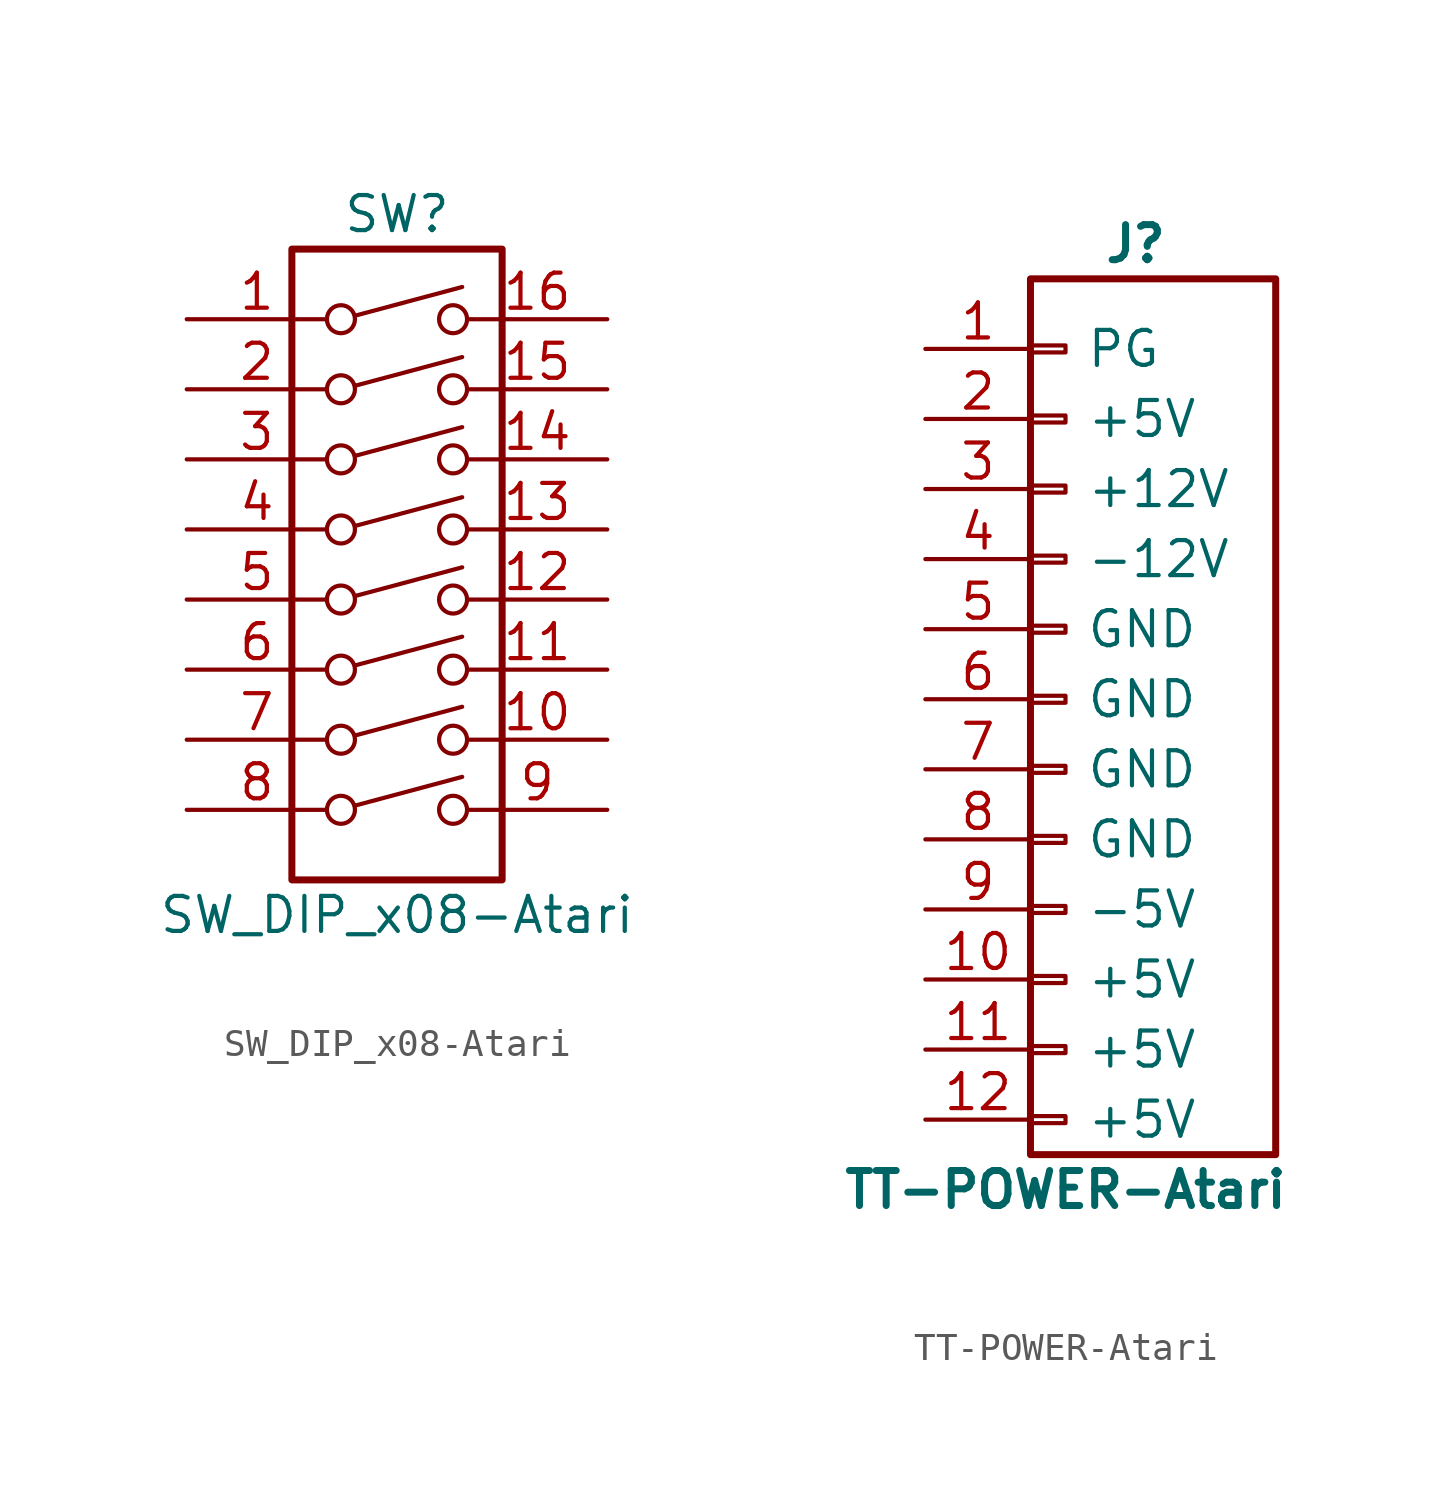
<source format=kicad_sym>
(kicad_symbol_lib
  (version 20231120)
  (generator "kicad_symbol_editor")
  (generator_version "8.0")
  (symbol "SW_DIP_x08-Atari"
    (pin_names
      (offset 0) hide)
    (property "Reference" "SW"
      (at 0 13.97 0)
      (effects (font (size 1.27 1.27))))
    (property "Value" "SW_DIP_x08-Atari"
      (at 0 -11.43 0)
      (effects (font (size 1.27 1.27))))
    (symbol "SW_DIP_x08-Atari_0_0"
      (circle (center -2.032 -7.62) (radius 0.508) (stroke (width 0) (type solid)) (fill (type none)))
      (circle (center -2.032 -5.08) (radius 0.508) (stroke (width 0) (type solid)) (fill (type none)))
      (circle (center -2.032 -2.54) (radius 0.508) (stroke (width 0) (type solid)) (fill (type none)))
      (circle (center -2.032 0) (radius 0.508) (stroke (width 0) (type solid)) (fill (type none)))
      (circle (center -2.032 2.54) (radius 0.508) (stroke (width 0) (type solid)) (fill (type none)))
      (circle (center -2.032 5.08) (radius 0.508) (stroke (width 0) (type solid)) (fill (type none)))
      (circle (center -2.032 7.62) (radius 0.508) (stroke (width 0) (type solid)) (fill (type none)))
      (circle (center -2.032 10.16) (radius 0.508) (stroke (width 0) (type solid)) (fill (type none)))
      (polyline (pts (xy -1.524 -7.468) (xy 2.362 -6.426)) (stroke (width 0) (type solid)) (fill (type none)))
      (polyline (pts (xy -1.524 -4.928) (xy 2.362 -3.886)) (stroke (width 0) (type solid)) (fill (type none)))
      (polyline (pts (xy -1.524 -2.388) (xy 2.362 -1.346)) (stroke (width 0) (type solid)) (fill (type none)))
      (polyline (pts (xy -1.524 0.127) (xy 2.362 1.168)) (stroke (width 0) (type solid)) (fill (type none)))
      (polyline (pts (xy -1.524 2.667) (xy 2.362 3.708)) (stroke (width 0) (type solid)) (fill (type none)))
      (polyline (pts (xy -1.524 5.207) (xy 2.362 6.248)) (stroke (width 0) (type solid)) (fill (type none)))
      (polyline (pts (xy -1.524 7.747) (xy 2.362 8.788)) (stroke (width 0) (type solid)) (fill (type none)))
      (polyline (pts (xy -1.524 10.287) (xy 2.362 11.328)) (stroke (width 0) (type solid)) (fill (type none)))
      (circle (center 2.032 -7.62) (radius 0.508) (stroke (width 0) (type solid)) (fill (type none)))
      (circle (center 2.032 -5.08) (radius 0.508) (stroke (width 0) (type solid)) (fill (type none)))
      (circle (center 2.032 -2.54) (radius 0.508) (stroke (width 0) (type solid)) (fill (type none)))
      (circle (center 2.032 0) (radius 0.508) (stroke (width 0) (type solid)) (fill (type none)))
      (circle (center 2.032 2.54) (radius 0.508) (stroke (width 0) (type solid)) (fill (type none)))
      (circle (center 2.032 5.08) (radius 0.508) (stroke (width 0) (type solid)) (fill (type none)))
      (circle (center 2.032 7.62) (radius 0.508) (stroke (width 0) (type solid)) (fill (type none)))
      (circle (center 2.032 10.16) (radius 0.508) (stroke (width 0) (type solid)) (fill (type none))))
    (symbol "SW_DIP_x08-Atari_0_1"
      (rectangle (start -3.81 12.7) (end 3.81 -10.16) (stroke (width 0.254) (type solid)) (fill (type none))))
    (symbol "SW_DIP_x08-Atari_1_1"
      (pin passive line (at -7.62 10.16 0) (length 5.08) (name "~" (effects (font (size 1.27 1.27)))) (number "1" (effects (font (size 1.27 1.27)))))
      (pin passive line (at 7.62 -5.08 180) (length 5.08) (name "~" (effects (font (size 1.27 1.27)))) (number "10" (effects (font (size 1.27 1.27)))))
      (pin passive line (at 7.62 -2.54 180) (length 5.08) (name "~" (effects (font (size 1.27 1.27)))) (number "11" (effects (font (size 1.27 1.27)))))
      (pin passive line (at 7.62 0 180) (length 5.08) (name "~" (effects (font (size 1.27 1.27)))) (number "12" (effects (font (size 1.27 1.27)))))
      (pin passive line (at 7.62 2.54 180) (length 5.08) (name "~" (effects (font (size 1.27 1.27)))) (number "13" (effects (font (size 1.27 1.27)))))
      (pin passive line (at 7.62 5.08 180) (length 5.08) (name "~" (effects (font (size 1.27 1.27)))) (number "14" (effects (font (size 1.27 1.27)))))
      (pin passive line (at 7.62 7.62 180) (length 5.08) (name "~" (effects (font (size 1.27 1.27)))) (number "15" (effects (font (size 1.27 1.27)))))
      (pin passive line (at 7.62 10.16 180) (length 5.08) (name "~" (effects (font (size 1.27 1.27)))) (number "16" (effects (font (size 1.27 1.27)))))
      (pin passive line (at -7.62 7.62 0) (length 5.08) (name "~" (effects (font (size 1.27 1.27)))) (number "2" (effects (font (size 1.27 1.27)))))
      (pin passive line (at -7.62 5.08 0) (length 5.08) (name "~" (effects (font (size 1.27 1.27)))) (number "3" (effects (font (size 1.27 1.27)))))
      (pin passive line (at -7.62 2.54 0) (length 5.08) (name "~" (effects (font (size 1.27 1.27)))) (number "4" (effects (font (size 1.27 1.27)))))
      (pin passive line (at -7.62 0 0) (length 5.08) (name "~" (effects (font (size 1.27 1.27)))) (number "5" (effects (font (size 1.27 1.27)))))
      (pin passive line (at -7.62 -2.54 0) (length 5.08) (name "~" (effects (font (size 1.27 1.27)))) (number "6" (effects (font (size 1.27 1.27)))))
      (pin passive line (at -7.62 -5.08 0) (length 5.08) (name "~" (effects (font (size 1.27 1.27)))) (number "7" (effects (font (size 1.27 1.27)))))
      (pin passive line (at -7.62 -7.62 0) (length 5.08) (name "~" (effects (font (size 1.27 1.27)))) (number "8" (effects (font (size 1.27 1.27)))))
      (pin passive line (at 7.62 -7.62 180) (length 5.08) (name "~" (effects (font (size 1.27 1.27)))) (number "9" (effects (font (size 1.27 1.27)))))))
  (symbol "TT-POWER-Atari"
    (pin_names
      (offset 2.007))
    (property "Reference" "J"
      (at 2.54 16.51 0)
      (effects (font (size 1.27 1.27) (bold yes))))
    (property "Value" "TT-POWER-Atari"
      (at 0 -17.78 0)
      (effects (font (size 1.27 1.27) (bold yes))))
    (symbol "TT-POWER-Atari_1_1"
      (rectangle (start -1.27 -15.113) (end 0 -15.367) (stroke (width 0.152) (type solid)) (fill (type none)))
      (rectangle (start -1.27 -12.573) (end 0 -12.827) (stroke (width 0.152) (type solid)) (fill (type none)))
      (rectangle (start -1.27 -10.033) (end 0 -10.287) (stroke (width 0.152) (type solid)) (fill (type none)))
      (rectangle (start -1.27 -7.493) (end 0 -7.747) (stroke (width 0.152) (type solid)) (fill (type none)))
      (rectangle (start -1.27 -4.953) (end 0 -5.207) (stroke (width 0.152) (type solid)) (fill (type none)))
      (rectangle (start -1.27 -2.413) (end 0 -2.667) (stroke (width 0.152) (type solid)) (fill (type none)))
      (rectangle (start -1.27 0.127) (end 0 -0.127) (stroke (width 0.152) (type solid)) (fill (type none)))
      (rectangle (start -1.27 2.667) (end 0 2.413) (stroke (width 0.152) (type solid)) (fill (type none)))
      (rectangle (start -1.27 5.207) (end 0 4.953) (stroke (width 0.152) (type solid)) (fill (type none)))
      (rectangle (start -1.27 7.747) (end 0 7.493) (stroke (width 0.152) (type solid)) (fill (type none)))
      (rectangle (start -1.27 10.287) (end 0 10.033) (stroke (width 0.152) (type solid)) (fill (type none)))
      (rectangle (start -1.27 12.827) (end 0 12.573) (stroke (width 0.152) (type solid)) (fill (type none)))
      (rectangle (start -1.27 15.24) (end 7.62 -16.51) (stroke (width 0.254) (type solid)) (fill (type none)))
      (pin passive line (at -5.08 12.7 0) (length 3.81) (name "PG" (effects (font (size 1.27 1.27)))) (number "1" (effects (font (size 1.27 1.27)))))
      (pin passive line (at -5.08 -10.16 0) (length 3.81) (name "+5V" (effects (font (size 1.27 1.27)))) (number "10" (effects (font (size 1.27 1.27)))))
      (pin passive line (at -5.08 -12.7 0) (length 3.81) (name "+5V" (effects (font (size 1.27 1.27)))) (number "11" (effects (font (size 1.27 1.27)))))
      (pin passive line (at -5.08 -15.24 0) (length 3.81) (name "+5V" (effects (font (size 1.27 1.27)))) (number "12" (effects (font (size 1.27 1.27)))))
      (pin passive line (at -5.08 10.16 0) (length 3.81) (name "+5V" (effects (font (size 1.27 1.27)))) (number "2" (effects (font (size 1.27 1.27)))))
      (pin passive line (at -5.08 7.62 0) (length 3.81) (name "+12V" (effects (font (size 1.27 1.27)))) (number "3" (effects (font (size 1.27 1.27)))))
      (pin passive line (at -5.08 5.08 0) (length 3.81) (name "-12V" (effects (font (size 1.27 1.27)))) (number "4" (effects (font (size 1.27 1.27)))))
      (pin passive line (at -5.08 2.54 0) (length 3.81) (name "GND" (effects (font (size 1.27 1.27)))) (number "5" (effects (font (size 1.27 1.27)))))
      (pin passive line (at -5.08 0 0) (length 3.81) (name "GND" (effects (font (size 1.27 1.27)))) (number "6" (effects (font (size 1.27 1.27)))))
      (pin passive line (at -5.08 -2.54 0) (length 3.81) (name "GND" (effects (font (size 1.27 1.27)))) (number "7" (effects (font (size 1.27 1.27)))))
      (pin passive line (at -5.08 -5.08 0) (length 3.81) (name "GND" (effects (font (size 1.27 1.27)))) (number "8" (effects (font (size 1.27 1.27)))))
      (pin passive line (at -5.08 -7.62 0) (length 3.81) (name "-5V" (effects (font (size 1.27 1.27)))) (number "9" (effects (font (size 1.27 1.27))))))))
</source>
